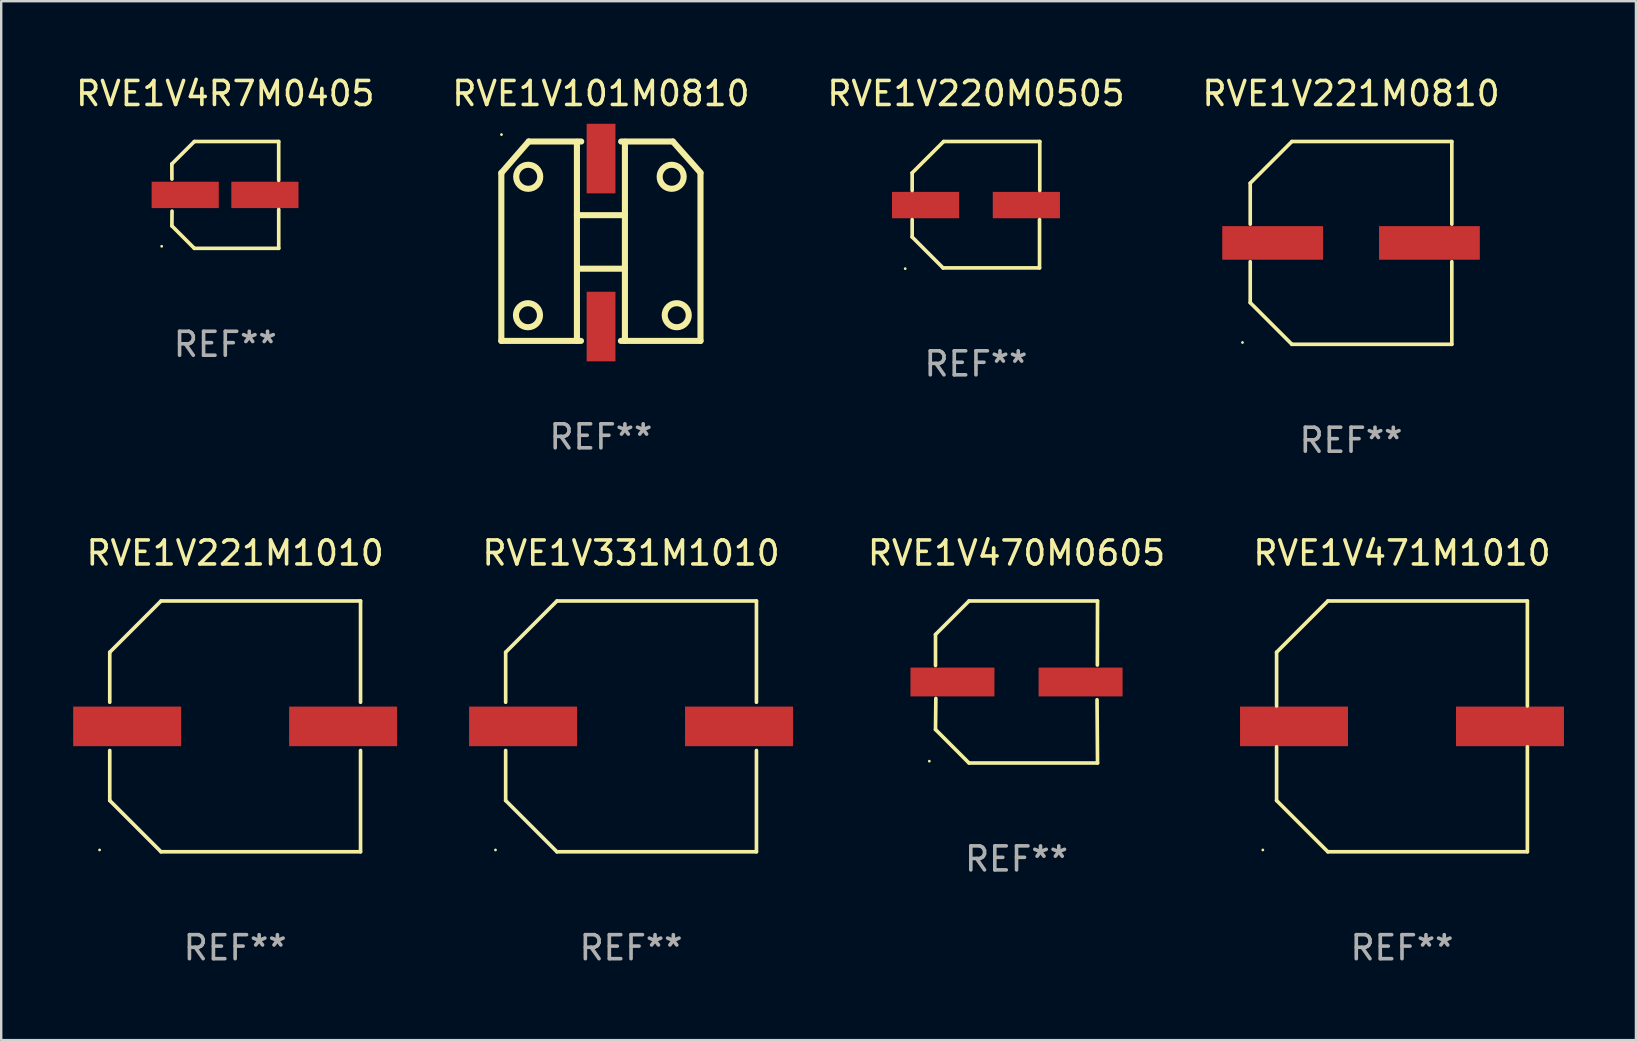
<source format=kicad_pcb>
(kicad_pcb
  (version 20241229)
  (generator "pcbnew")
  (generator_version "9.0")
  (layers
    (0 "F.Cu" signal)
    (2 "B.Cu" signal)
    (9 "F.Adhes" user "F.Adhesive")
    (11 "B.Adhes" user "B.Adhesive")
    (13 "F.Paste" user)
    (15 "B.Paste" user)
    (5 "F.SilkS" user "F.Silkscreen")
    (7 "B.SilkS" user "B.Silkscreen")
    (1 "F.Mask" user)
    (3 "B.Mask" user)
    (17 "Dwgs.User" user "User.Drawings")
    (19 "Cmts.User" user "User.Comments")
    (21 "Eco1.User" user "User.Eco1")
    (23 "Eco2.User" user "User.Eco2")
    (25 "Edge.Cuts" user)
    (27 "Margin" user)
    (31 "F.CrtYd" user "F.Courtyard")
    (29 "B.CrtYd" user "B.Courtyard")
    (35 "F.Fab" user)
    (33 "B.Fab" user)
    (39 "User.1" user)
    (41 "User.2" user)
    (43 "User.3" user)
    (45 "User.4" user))
  (footprint "RVE1V471M1010"
    (layer "F.Cu")
    (at 55.38 27.223)
    (property "Reference" "RVE1V471M1010" (at 0 -7.226 0) (layer "F.SilkS") (effects (font (size 1 1) (thickness 0.15))))
    (attr through_hole)
    (fp_line (start -5.226 -3.09) (end -5.226 -0.852) (stroke (width 0.152) (type solid)) (layer "F.SilkS"))
    (fp_line (start -5.226 3.09) (end -5.226 0.852) (stroke (width 0.152) (type solid)) (layer "F.SilkS"))
    (fp_line (start -3.09 -5.226) (end -5.226 -3.09) (stroke (width 0.152) (type solid)) (layer "F.SilkS"))
    (fp_line (start -3.09 5.226) (end -5.226 3.09) (stroke (width 0.152) (type solid)) (layer "F.SilkS"))
    (fp_line (start 5.226 -5.226) (end -3.09 -5.226) (stroke (width 0.152) (type solid)) (layer "F.SilkS"))
    (fp_line (start 5.226 -0.852) (end 5.226 -5.226) (stroke (width 0.152) (type solid)) (layer "F.SilkS"))
    (fp_line (start 5.226 0.852) (end 5.226 5.226) (stroke (width 0.152) (type solid)) (layer "F.SilkS"))
    (fp_line (start 5.226 5.226) (end -3.09 5.226) (stroke (width 0.152) (type solid)) (layer "F.SilkS"))
    (fp_circle (center -5.8 5.15) (end -5.77 5.15) (stroke (width 0.06) (type solid)) (fill no) (layer "F.SilkS"))
    (fp_text user "REF**" (at 0 9.226 0) (layer "F.Fab") (effects (font (size 1 1) (thickness 0.15))))
    (pad "1" smd rect (at -4.5 0) (size 4.5 1.65) (layers "F.Cu" "F.Mask" "F.Paste"))
    (pad "2" smd rect (at 4.5 0) (size 4.5 1.65) (layers "F.Cu" "F.Mask" "F.Paste")))
  (footprint "RVE1V101M0810"
    (layer "F.Cu")
    (at 21.994 7.003)
    (property "Reference" "RVE1V101M0810" (at 0 -6.155 0) (layer "F.SilkS") (effects (font (size 1 1) (thickness 0.15))))
    (attr through_hole)
    (fp_line (start -4.15 -2.845) (end -4.15 4.155) (stroke (width 0.254) (type solid)) (layer "F.SilkS"))
    (fp_line (start -4.15 4.155) (end -0.831 4.155) (stroke (width 0.254) (type solid)) (layer "F.SilkS"))
    (fp_line (start -3.01 -4.155) (end -4.15 -2.845) (stroke (width 0.254) (type solid)) (layer "F.SilkS"))
    (fp_line (start -3.01 -4.155) (end -0.82 -4.155) (stroke (width 0.254) (type solid)) (layer "F.SilkS"))
    (fp_line (start -1 -4.145) (end -1 4.154) (stroke (width 0.254) (type solid)) (layer "F.SilkS"))
    (fp_line (start -1 -1.085) (end 0.99 -1.085) (stroke (width 0.254) (type solid)) (layer "F.SilkS"))
    (fp_line (start -0.99 1.145) (end 1 1.145) (stroke (width 0.254) (type solid)) (layer "F.SilkS"))
    (fp_line (start 0.832 4.155) (end 4.15 4.155) (stroke (width 0.254) (type solid)) (layer "F.SilkS"))
    (fp_line (start 0.842 -4.155) (end 3 -4.155) (stroke (width 0.254) (type solid)) (layer "F.SilkS"))
    (fp_line (start 1 -4.145) (end 1 4.155) (stroke (width 0.254) (type solid)) (layer "F.SilkS"))
    (fp_line (start 3 -4.155) (end 4.15 -2.855) (stroke (width 0.254) (type solid)) (layer "F.SilkS"))
    (fp_line (start 4.15 -2.845) (end 4.15 4.155) (stroke (width 0.254) (type solid)) (layer "F.SilkS"))
    (fp_circle (center -4.144 -4.444) (end -4.114 -4.444) (stroke (width 0.06) (type solid)) (fill no) (layer "F.SilkS"))
    (fp_circle (center -3.04 3.084) (end -2.539 3.084) (stroke (width 0.254) (type solid)) (fill no) (layer "F.SilkS"))
    (fp_circle (center -3.03 -2.685) (end -2.529 -2.685) (stroke (width 0.254) (type solid)) (fill no) (layer "F.SilkS"))
    (fp_circle (center 2.949 -2.685) (end 3.45 -2.685) (stroke (width 0.254) (type solid)) (fill no) (layer "F.SilkS"))
    (fp_circle (center 3.16 3.084) (end 3.661 3.084) (stroke (width 0.254) (type solid)) (fill no) (layer "F.SilkS"))
    (fp_text user "REF**" (at 0 8.155 0) (layer "F.Fab") (effects (font (size 1 1) (thickness 0.15))))
    (pad "1" smd rect (at 0.006 -3.444 90) (size 2.9 1.2) (layers "F.Cu" "F.Mask" "F.Paste"))
    (pad "2" smd rect (at 0.006 3.556 90) (size 2.9 1.2) (layers "F.Cu" "F.Mask" "F.Paste")))
  (footprint "RVE1V221M0810"
    (layer "F.Cu")
    (at 53.256 7.074)
    (property "Reference" "RVE1V221M0810" (at 0 -6.226 0) (layer "F.SilkS") (effects (font (size 1 1) (thickness 0.15))))
    (attr through_hole)
    (fp_line (start -4.201 -2.49) (end -4.201 -0.782) (stroke (width 0.152) (type solid)) (layer "F.SilkS"))
    (fp_line (start -4.201 2.49) (end -4.201 0.782) (stroke (width 0.152) (type solid)) (layer "F.SilkS"))
    (fp_line (start -2.465 -4.226) (end -4.201 -2.49) (stroke (width 0.152) (type solid)) (layer "F.SilkS"))
    (fp_line (start -2.465 4.226) (end -4.201 2.49) (stroke (width 0.152) (type solid)) (layer "F.SilkS"))
    (fp_line (start 4.201 -4.226) (end -2.465 -4.226) (stroke (width 0.152) (type solid)) (layer "F.SilkS"))
    (fp_line (start 4.201 -0.782) (end 4.201 -4.226) (stroke (width 0.152) (type solid)) (layer "F.SilkS"))
    (fp_line (start 4.201 0.782) (end 4.201 4.226) (stroke (width 0.152) (type solid)) (layer "F.SilkS"))
    (fp_line (start 4.201 4.226) (end -2.465 4.226) (stroke (width 0.152) (type solid)) (layer "F.SilkS"))
    (fp_circle (center -4.524 4.15) (end -4.494 4.15) (stroke (width 0.06) (type solid)) (fill no) (layer "F.SilkS"))
    (fp_text user "REF**" (at 0 8.226 0) (layer "F.Fab") (effects (font (size 1 1) (thickness 0.15))))
    (pad "1" smd rect (at -3.267 0) (size 4.2 1.4) (layers "F.Cu" "F.Mask" "F.Paste"))
    (pad "2" smd rect (at 3.267 0) (size 4.2 1.4) (layers "F.Cu" "F.Mask" "F.Paste")))
  (footprint "RVE1V4R7M0405"
    (layer "F.Cu")
    (at 6.339 5.074)
    (property "Reference" "RVE1V4R7M0405" (at 0 -4.226 0) (layer "F.SilkS") (effects (font (size 1 1) (thickness 0.15))))
    (attr through_hole)
    (fp_line (start -2.227 -1.291) (end -2.224 -0.661) (stroke (width 0.152) (type solid)) (layer "F.SilkS"))
    (fp_line (start -2.226 1.289) (end -2.219 0.675) (stroke (width 0.152) (type solid)) (layer "F.SilkS"))
    (fp_line (start -1.29 2.226) (end -2.226 1.289) (stroke (width 0.152) (type solid)) (layer "F.SilkS"))
    (fp_line (start -1.289 -2.226) (end -2.227 -1.291) (stroke (width 0.152) (type solid)) (layer "F.SilkS"))
    (fp_line (start 2.226 -2.226) (end -1.289 -2.226) (stroke (width 0.152) (type solid)) (layer "F.SilkS"))
    (fp_line (start 2.226 -0.608) (end 2.226 -2.226) (stroke (width 0.152) (type solid)) (layer "F.SilkS"))
    (fp_line (start 2.227 0.607) (end 2.227 2.226) (stroke (width 0.152) (type solid)) (layer "F.SilkS"))
    (fp_line (start 2.227 2.226) (end -1.29 2.226) (stroke (width 0.152) (type solid)) (layer "F.SilkS"))
    (fp_circle (center -2.65 2.14) (end -2.62 2.14) (stroke (width 0.06) (type solid)) (fill no) (layer "F.SilkS"))
    (fp_text user "REF**" (at 0 6.226 0) (layer "F.Fab") (effects (font (size 1 1) (thickness 0.15))))
    (pad "1" smd rect (at -1.67 -0.001) (size 2.8 1.1) (layers "F.Cu" "F.Mask" "F.Paste"))
    (pad "2" smd rect (at 1.651 -0.001) (size 2.8 1.1) (layers "F.Cu" "F.Mask" "F.Paste")))
  (footprint "RVE1V221M1010"
    (layer "F.Cu")
    (at 6.75 27.223)
    (property "Reference" "RVE1V221M1010" (at 0 -7.226 0) (layer "F.SilkS") (effects (font (size 1 1) (thickness 0.15))))
    (attr through_hole)
    (fp_line (start -5.226 -3.09) (end -5.226 -1.005) (stroke (width 0.152) (type solid)) (layer "F.SilkS"))
    (fp_line (start -5.226 1.005) (end -5.226 3.09) (stroke (width 0.152) (type solid)) (layer "F.SilkS"))
    (fp_line (start -3.09 -5.226) (end -5.226 -3.09) (stroke (width 0.152) (type solid)) (layer "F.SilkS"))
    (fp_line (start -3.09 5.226) (end -5.226 3.09) (stroke (width 0.152) (type solid)) (layer "F.SilkS"))
    (fp_line (start 5.226 -5.226) (end -3.09 -5.226) (stroke (width 0.152) (type solid)) (layer "F.SilkS"))
    (fp_line (start 5.226 -1.005) (end 5.226 -5.226) (stroke (width 0.152) (type solid)) (layer "F.SilkS"))
    (fp_line (start 5.226 5.226) (end -3.09 5.226) (stroke (width 0.152) (type solid)) (layer "F.SilkS"))
    (fp_line (start 5.226 5.226) (end 5.226 1.005) (stroke (width 0.152) (type solid)) (layer "F.SilkS"))
    (fp_circle (center -5.65 5.15) (end -5.62 5.15) (stroke (width 0.06) (type solid)) (fill no) (layer "F.SilkS"))
    (fp_text user "REF**" (at 0 9.226 0) (layer "F.Fab") (effects (font (size 1 1) (thickness 0.15))))
    (pad "1" smd rect (at -4.5 0) (size 4.5 1.65) (layers "F.Cu" "F.Mask" "F.Paste"))
    (pad "2" smd rect (at 4.5 0) (size 4.5 1.65) (layers "F.Cu" "F.Mask" "F.Paste")))
  (footprint "RVE1V331M1010"
    (layer "F.Cu")
    (at 23.25 27.223)
    (property "Reference" "RVE1V331M1010" (at 0 -7.226 0) (layer "F.SilkS") (effects (font (size 1 1) (thickness 0.15))))
    (attr through_hole)
    (fp_line (start -5.226 -3.09) (end -5.226 -1.005) (stroke (width 0.152) (type solid)) (layer "F.SilkS"))
    (fp_line (start -5.226 1.005) (end -5.226 3.09) (stroke (width 0.152) (type solid)) (layer "F.SilkS"))
    (fp_line (start -3.09 -5.226) (end -5.226 -3.09) (stroke (width 0.152) (type solid)) (layer "F.SilkS"))
    (fp_line (start -3.09 5.226) (end -5.226 3.09) (stroke (width 0.152) (type solid)) (layer "F.SilkS"))
    (fp_line (start 5.226 -5.226) (end -3.09 -5.226) (stroke (width 0.152) (type solid)) (layer "F.SilkS"))
    (fp_line (start 5.226 -1.005) (end 5.226 -5.226) (stroke (width 0.152) (type solid)) (layer "F.SilkS"))
    (fp_line (start 5.226 5.226) (end -3.09 5.226) (stroke (width 0.152) (type solid)) (layer "F.SilkS"))
    (fp_line (start 5.226 5.226) (end 5.226 1.005) (stroke (width 0.152) (type solid)) (layer "F.SilkS"))
    (fp_circle (center -5.65 5.15) (end -5.62 5.15) (stroke (width 0.06) (type solid)) (fill no) (layer "F.SilkS"))
    (fp_text user "REF**" (at 0 9.226 0) (layer "F.Fab") (effects (font (size 1 1) (thickness 0.15))))
    (pad "1" smd rect (at -4.5 0) (size 4.5 1.65) (layers "F.Cu" "F.Mask" "F.Paste"))
    (pad "2" smd rect (at 4.5 0) (size 4.5 1.65) (layers "F.Cu" "F.Mask" "F.Paste")))
  (footprint "RVE1V220M0505"
    (layer "F.Cu")
    (at 37.625 5.482)
    (property "Reference" "RVE1V220M0505" (at 0 -4.634 0) (layer "F.SilkS") (effects (font (size 1 1) (thickness 0.15))))
    (attr through_hole)
    (fp_line (start -2.659 -1.326) (end -2.659 -0.592) (stroke (width 0.152) (type solid)) (layer "F.SilkS"))
    (fp_line (start -2.659 1.346) (end -2.659 0.622) (stroke (width 0.152) (type solid)) (layer "F.SilkS"))
    (fp_line (start -1.372 2.634) (end -2.659 1.346) (stroke (width 0.152) (type solid)) (layer "F.SilkS"))
    (fp_line (start -1.349 -2.634) (end -2.659 -1.326) (stroke (width 0.152) (type solid)) (layer "F.SilkS"))
    (fp_line (start 2.649 0.622) (end 2.649 2.634) (stroke (width 0.152) (type solid)) (layer "F.SilkS"))
    (fp_line (start 2.649 2.634) (end -1.372 2.634) (stroke (width 0.152) (type solid)) (layer "F.SilkS"))
    (fp_line (start 2.659 -2.634) (end -1.349 -2.634) (stroke (width 0.152) (type solid)) (layer "F.SilkS"))
    (fp_line (start 2.659 -0.592) (end 2.659 -2.634) (stroke (width 0.152) (type solid)) (layer "F.SilkS"))
    (fp_circle (center -2.95 2.665) (end -2.92 2.665) (stroke (width 0.06) (type solid)) (fill no) (layer "F.SilkS"))
    (fp_text user "REF**" (at 0 6.634 0) (layer "F.Fab") (effects (font (size 1 1) (thickness 0.15))))
    (pad "1" smd rect (at -2.1 0.015) (size 2.8 1.1) (layers "F.Cu" "F.Mask" "F.Paste"))
    (pad "2" smd rect (at 2.1 0.015) (size 2.8 1.1) (layers "F.Cu" "F.Mask" "F.Paste")))
  (footprint "RVE1V470M0605"
    (layer "F.Cu")
    (at 39.315 25.373)
    (property "Reference" "RVE1V470M0605" (at 0 -5.376 0) (layer "F.SilkS") (effects (font (size 1 1) (thickness 0.15))))
    (attr through_hole)
    (fp_line (start -3.376 -1.98) (end -3.376 -0.686) (stroke (width 0.152) (type solid)) (layer "F.SilkS"))
    (fp_line (start -3.376 1.981) (end -3.362 0.686) (stroke (width 0.152) (type solid)) (layer "F.SilkS"))
    (fp_line (start -1.981 3.376) (end -3.376 1.981) (stroke (width 0.152) (type solid)) (layer "F.SilkS"))
    (fp_line (start -1.98 -3.376) (end -3.376 -1.98) (stroke (width 0.152) (type solid)) (layer "F.SilkS"))
    (fp_line (start 3.356 0.74) (end 3.376 3.376) (stroke (width 0.152) (type solid)) (layer "F.SilkS"))
    (fp_line (start 3.369 -0.707) (end 3.376 -3.376) (stroke (width 0.152) (type solid)) (layer "F.SilkS"))
    (fp_line (start 3.376 3.376) (end -1.981 3.376) (stroke (width 0.152) (type solid)) (layer "F.SilkS"))
    (fp_line (start 3.376 -3.376) (end -1.98 -3.376) (stroke (width 0.152) (type solid)) (layer "F.SilkS"))
    (fp_circle (center -3.634 3.3) (end -3.604 3.3) (stroke (width 0.06) (type solid)) (fill no) (layer "F.SilkS"))
    (fp_text user "REF**" (at 0 7.376 0) (layer "F.Fab") (effects (font (size 1 1) (thickness 0.15))))
    (pad "1" smd rect (at -2.67 0.000254) (size 3.5 1.2) (layers "F.Cu" "F.Mask" "F.Paste"))
    (pad "2" smd rect (at 2.67 0.000254) (size 3.5 1.2) (layers "F.Cu" "F.Mask" "F.Paste")))
  (gr_rect
    (start -3 -3)
    (end 65.13 40.298)
    (stroke (width 0.1) (type default))
    (fill no)
    (layer "Edge.Cuts")))
</source>
